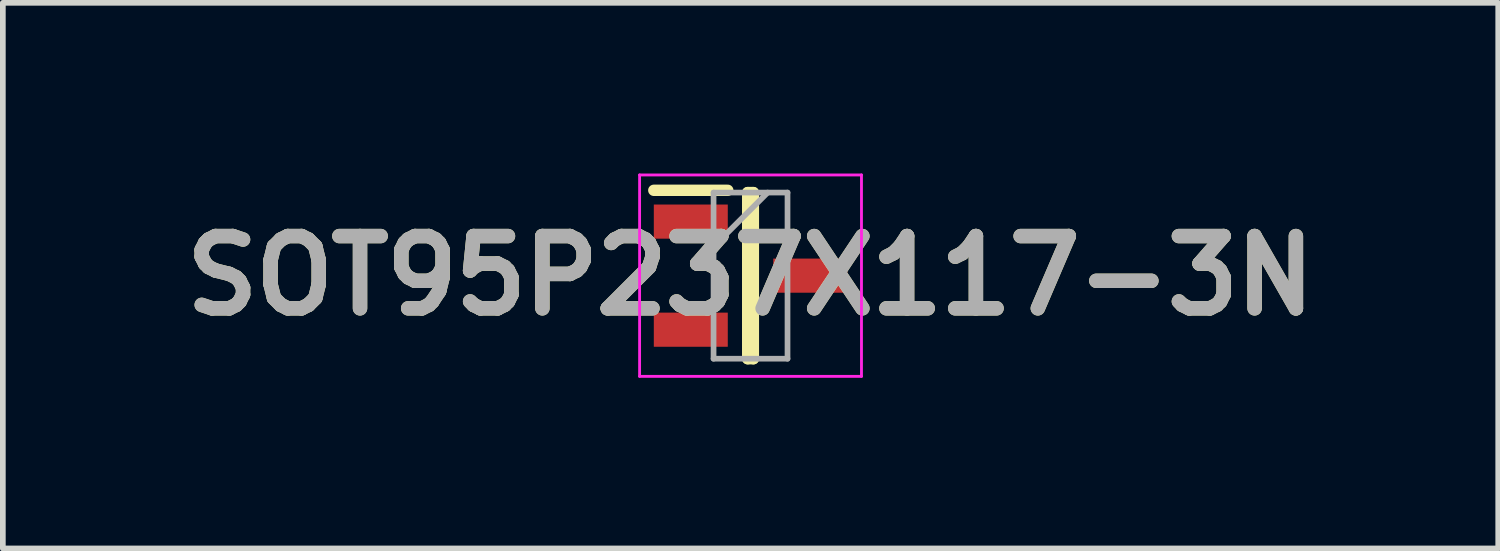
<source format=kicad_pcb>
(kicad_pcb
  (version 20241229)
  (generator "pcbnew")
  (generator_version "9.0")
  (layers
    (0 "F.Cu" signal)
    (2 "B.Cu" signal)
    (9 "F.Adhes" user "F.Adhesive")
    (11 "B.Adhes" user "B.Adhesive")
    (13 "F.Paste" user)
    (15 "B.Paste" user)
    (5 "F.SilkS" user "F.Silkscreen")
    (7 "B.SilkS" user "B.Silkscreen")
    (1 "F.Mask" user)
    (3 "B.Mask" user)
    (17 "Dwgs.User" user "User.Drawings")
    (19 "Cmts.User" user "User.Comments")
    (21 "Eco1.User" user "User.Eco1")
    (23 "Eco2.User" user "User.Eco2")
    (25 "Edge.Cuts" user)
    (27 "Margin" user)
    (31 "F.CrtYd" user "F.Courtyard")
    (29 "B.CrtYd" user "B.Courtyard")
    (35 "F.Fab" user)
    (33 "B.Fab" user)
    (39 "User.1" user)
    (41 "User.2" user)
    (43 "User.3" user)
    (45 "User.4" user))
  (footprint "SOT95P237X117-3N"
    (layer "F.Cu")
    (at 10.142 1.795)
    (property "Reference" "SOT95P237X117-3N" (at 0 0 0) (layer "F.SilkS") (effects (font (size 1.27 1.27) (thickness 0.254))))
    (attr smd)
    (fp_line (start -1.7 -1.5) (end -0.4 -1.5) (stroke (width 0.2) (type solid)) (layer "F.SilkS"))
    (fp_line (start -0.05 -1.46) (end 0.05 -1.46) (stroke (width 0.2) (type solid)) (layer "F.SilkS"))
    (fp_line (start -0.05 1.46) (end -0.05 -1.46) (stroke (width 0.2) (type solid)) (layer "F.SilkS"))
    (fp_line (start 0.05 -1.46) (end 0.05 1.46) (stroke (width 0.2) (type solid)) (layer "F.SilkS"))
    (fp_line (start 0.05 1.46) (end -0.05 1.46) (stroke (width 0.2) (type solid)) (layer "F.SilkS"))
    (fp_line (start -1.95 -1.77) (end 1.95 -1.77) (stroke (width 0.05) (type solid)) (layer "F.CrtYd"))
    (fp_line (start -1.95 1.77) (end -1.95 -1.77) (stroke (width 0.05) (type solid)) (layer "F.CrtYd"))
    (fp_line (start 1.95 -1.77) (end 1.95 1.77) (stroke (width 0.05) (type solid)) (layer "F.CrtYd"))
    (fp_line (start 1.95 1.77) (end -1.95 1.77) (stroke (width 0.05) (type solid)) (layer "F.CrtYd"))
    (fp_line (start -0.65 -1.46) (end 0.65 -1.46) (stroke (width 0.1) (type solid)) (layer "F.Fab"))
    (fp_line (start -0.65 -0.51) (end 0.3 -1.46) (stroke (width 0.1) (type solid)) (layer "F.Fab"))
    (fp_line (start -0.65 1.46) (end -0.65 -1.46) (stroke (width 0.1) (type solid)) (layer "F.Fab"))
    (fp_line (start 0.65 -1.46) (end 0.65 1.46) (stroke (width 0.1) (type solid)) (layer "F.Fab"))
    (fp_line (start 0.65 1.46) (end -0.65 1.46) (stroke (width 0.1) (type solid)) (layer "F.Fab"))
    (fp_text user "${REFERENCE}" (at 0 0 0) (layer "F.Fab") (effects (font (size 1.27 1.27) (thickness 0.254))))
    (pad "1" smd rect (at -1.05 -0.95 90) (size 0.6 1.3) (layers "F.Cu" "F.Mask" "F.Paste"))
    (pad "2" smd rect (at -1.05 0.95 90) (size 0.6 1.3) (layers "F.Cu" "F.Mask" "F.Paste"))
    (pad "3" smd rect (at 1.05 0 90) (size 0.6 1.3) (layers "F.Cu" "F.Mask" "F.Paste")))
  (gr_rect
    (start -3 -3)
    (end 23.284 6.59)
    (stroke (width 0.1) (type default))
    (fill no)
    (layer "Edge.Cuts")))
</source>
